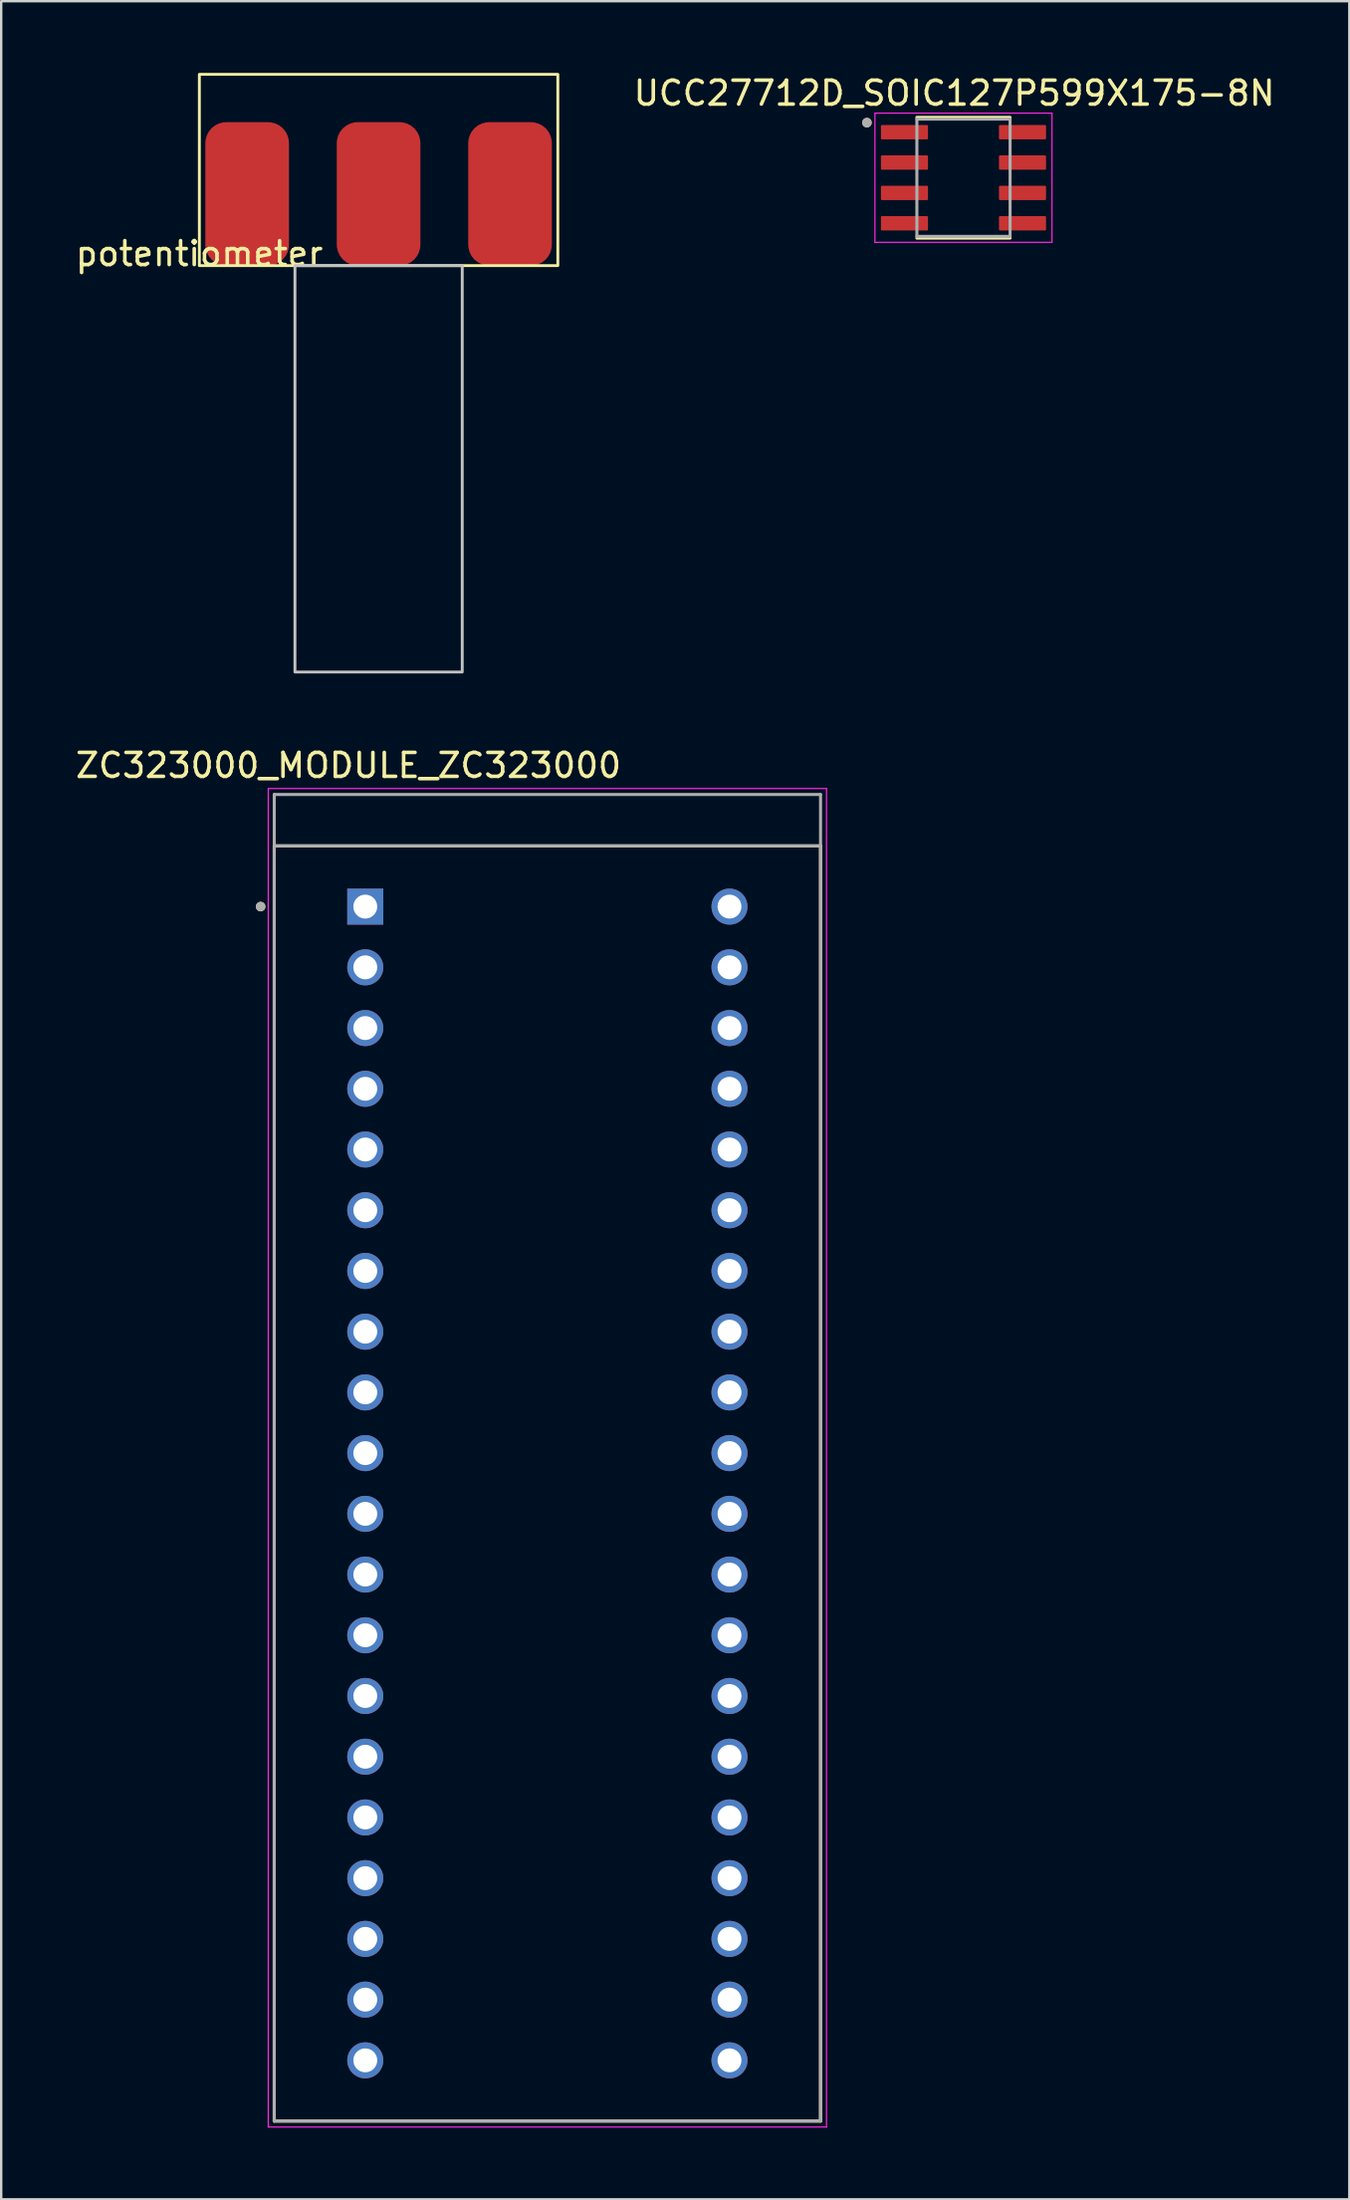
<source format=kicad_pcb>
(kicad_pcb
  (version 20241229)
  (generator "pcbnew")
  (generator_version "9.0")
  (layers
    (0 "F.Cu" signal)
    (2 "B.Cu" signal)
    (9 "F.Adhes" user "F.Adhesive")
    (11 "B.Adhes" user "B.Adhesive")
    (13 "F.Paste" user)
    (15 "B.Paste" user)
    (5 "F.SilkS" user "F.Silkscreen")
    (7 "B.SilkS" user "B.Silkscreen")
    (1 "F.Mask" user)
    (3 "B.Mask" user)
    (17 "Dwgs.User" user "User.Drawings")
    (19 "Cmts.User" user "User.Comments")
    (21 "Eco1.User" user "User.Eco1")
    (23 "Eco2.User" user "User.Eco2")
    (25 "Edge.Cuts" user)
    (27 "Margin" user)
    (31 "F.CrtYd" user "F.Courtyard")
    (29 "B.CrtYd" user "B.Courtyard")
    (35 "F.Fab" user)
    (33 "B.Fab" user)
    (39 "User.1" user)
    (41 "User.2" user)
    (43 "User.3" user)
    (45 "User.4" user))
  (footprint "UCC27712D_SOIC127P599X175-8N"
    (layer "F.Cu")
    (at 37.266 4.385)
    (property "Reference" "UCC27712D_SOIC127P599X175-8N" (at -0.385 -3.537 0) (layer "F.SilkS") (effects (font (size 1 1) (thickness 0.15))))
    (attr smd)
    (fp_line (start -1.95 -2.525) (end 1.95 -2.525) (stroke (width 0.127) (type solid)) (layer "F.SilkS"))
    (fp_line (start -1.95 2.525) (end 1.95 2.525) (stroke (width 0.127) (type solid)) (layer "F.SilkS"))
    (fp_circle (center -4.04 -2.305) (end -3.94 -2.305) (stroke (width 0.2) (type solid)) (fill no) (layer "F.SilkS"))
    (fp_line (start -3.705 -2.703) (end -3.705 2.703) (stroke (width 0.05) (type solid)) (layer "F.CrtYd"))
    (fp_line (start -3.705 -2.703) (end 3.705 -2.703) (stroke (width 0.05) (type solid)) (layer "F.CrtYd"))
    (fp_line (start -3.705 2.703) (end 3.705 2.703) (stroke (width 0.05) (type solid)) (layer "F.CrtYd"))
    (fp_line (start 3.705 -2.703) (end 3.705 2.703) (stroke (width 0.05) (type solid)) (layer "F.CrtYd"))
    (fp_line (start -1.95 -2.453) (end -1.95 2.453) (stroke (width 0.127) (type solid)) (layer "F.Fab"))
    (fp_line (start -1.95 -2.453) (end 1.95 -2.453) (stroke (width 0.127) (type solid)) (layer "F.Fab"))
    (fp_line (start -1.95 2.453) (end 1.95 2.453) (stroke (width 0.127) (type solid)) (layer "F.Fab"))
    (fp_line (start 1.95 -2.453) (end 1.95 2.453) (stroke (width 0.127) (type solid)) (layer "F.Fab"))
    (fp_circle (center -4.04 -2.305) (end -3.94 -2.305) (stroke (width 0.2) (type solid)) (fill no) (layer "F.Fab"))
    (pad "1" smd roundrect (at -2.47 -1.905) (size 1.97 0.6) (layers "F.Cu" "F.Mask" "F.Paste") (roundrect_rratio 0.07))
    (pad "2" smd roundrect (at -2.47 -0.635) (size 1.97 0.6) (layers "F.Cu" "F.Mask" "F.Paste") (roundrect_rratio 0.07))
    (pad "3" smd roundrect (at -2.47 0.635) (size 1.97 0.6) (layers "F.Cu" "F.Mask" "F.Paste") (roundrect_rratio 0.07))
    (pad "4" smd roundrect (at -2.47 1.905) (size 1.97 0.6) (layers "F.Cu" "F.Mask" "F.Paste") (roundrect_rratio 0.07))
    (pad "5" smd roundrect (at 2.47 1.905) (size 1.97 0.6) (layers "F.Cu" "F.Mask" "F.Paste") (roundrect_rratio 0.07))
    (pad "6" smd roundrect (at 2.47 0.635) (size 1.97 0.6) (layers "F.Cu" "F.Mask" "F.Paste") (roundrect_rratio 0.07))
    (pad "7" smd roundrect (at 2.47 -0.635) (size 1.97 0.6) (layers "F.Cu" "F.Mask" "F.Paste") (roundrect_rratio 0.07))
    (pad "8" smd roundrect (at 2.47 -1.905) (size 1.97 0.6) (layers "F.Cu" "F.Mask" "F.Paste") (roundrect_rratio 0.07)))
  (footprint "potentiometer"
    (layer "F.Cu")
    (at 5.292 8.06)
    (property "Reference" "potentiometer" (at 0 -0.5 0) (unlocked yes) (layer "F.SilkS") (effects (font (size 1 1) (thickness 0.15))))
    (attr smd)
    (fp_rect (start 0 0) (end 15 -8) (stroke (width 0.12) (type default)) (fill no) (layer "F.SilkS"))
    (fp_rect (start 4 0) (end 11 17) (stroke (width 0.12) (type default)) (fill no) (layer "Dwgs.User"))
    (pad "1" smd roundrect (at 2 -3) (size 3.5 6) (layers "F.Cu" "F.Mask" "F.Paste") (roundrect_rratio 0.25))
    (pad "2" smd roundrect (at 7.5 -3) (size 3.5 6) (layers "F.Cu" "F.Mask" "F.Paste") (roundrect_rratio 0.25))
    (pad "3" smd roundrect (at 13 -3) (size 3.5 6) (layers "F.Cu" "F.Mask" "F.Paste") (roundrect_rratio 0.25)))
  (footprint "ZC323000_MODULE_ZC323000"
    (layer "F.Cu")
    (at 19.855 59.003)
    (property "Reference" "ZC323000_MODULE_ZC323000" (at -8.325 -30.035 0) (layer "F.SilkS") (effects (font (size 1 1) (thickness 0.15))))
    (attr through_hole)
    (fp_line (start -11.43 -26.67) (end 11.43 -26.67) (stroke (width 0.127) (type solid)) (layer "F.SilkS"))
    (fp_line (start -11.43 26.67) (end -11.43 -26.67) (stroke (width 0.127) (type solid)) (layer "F.SilkS"))
    (fp_line (start 11.43 -26.67) (end 11.43 26.67) (stroke (width 0.127) (type solid)) (layer "F.SilkS"))
    (fp_line (start 11.43 26.67) (end -11.43 26.67) (stroke (width 0.127) (type solid)) (layer "F.SilkS"))
    (fp_circle (center -12 -24.13) (end -11.9 -24.13) (stroke (width 0.2) (type solid)) (fill no) (layer "F.SilkS"))
    (fp_line (start -11.68 -29.07) (end 11.68 -29.07) (stroke (width 0.05) (type solid)) (layer "F.CrtYd"))
    (fp_line (start -11.68 26.92) (end -11.68 -29.07) (stroke (width 0.05) (type solid)) (layer "F.CrtYd"))
    (fp_line (start 11.68 -29.07) (end 11.68 26.92) (stroke (width 0.05) (type solid)) (layer "F.CrtYd"))
    (fp_line (start 11.68 26.92) (end -11.68 26.92) (stroke (width 0.05) (type solid)) (layer "F.CrtYd"))
    (fp_line (start -11.43 -28.82) (end 11.43 -28.82) (stroke (width 0.127) (type solid)) (layer "F.Fab"))
    (fp_line (start -11.43 -26.67) (end -11.43 -28.82) (stroke (width 0.127) (type solid)) (layer "F.Fab"))
    (fp_line (start -11.43 -26.67) (end 11.43 -26.67) (stroke (width 0.127) (type solid)) (layer "F.Fab"))
    (fp_line (start -11.43 26.67) (end -11.43 -26.67) (stroke (width 0.127) (type solid)) (layer "F.Fab"))
    (fp_line (start 11.43 -28.82) (end 11.43 -26.67) (stroke (width 0.127) (type solid)) (layer "F.Fab"))
    (fp_line (start 11.43 -26.67) (end 11.43 26.67) (stroke (width 0.127) (type solid)) (layer "F.Fab"))
    (fp_line (start 11.43 26.67) (end -11.43 26.67) (stroke (width 0.127) (type solid)) (layer "F.Fab"))
    (fp_circle (center -12 -24.13) (end -11.9 -24.13) (stroke (width 0.2) (type solid)) (fill no) (layer "F.Fab"))
    (pad "1" thru_hole rect (at -7.62 -24.13) (size 1.508 1.508) (drill 1) (layers "*.Cu" "*.Mask"))
    (pad "2" thru_hole circle (at -7.62 -21.59) (size 1.508 1.508) (drill 1) (layers "*.Cu" "*.Mask"))
    (pad "3" thru_hole circle (at -7.62 -19.05) (size 1.508 1.508) (drill 1) (layers "*.Cu" "*.Mask"))
    (pad "4" thru_hole circle (at -7.62 -16.51) (size 1.508 1.508) (drill 1) (layers "*.Cu" "*.Mask"))
    (pad "5" thru_hole circle (at -7.62 -13.97) (size 1.508 1.508) (drill 1) (layers "*.Cu" "*.Mask"))
    (pad "6" thru_hole circle (at -7.62 -11.43) (size 1.508 1.508) (drill 1) (layers "*.Cu" "*.Mask"))
    (pad "7" thru_hole circle (at -7.62 -8.89) (size 1.508 1.508) (drill 1) (layers "*.Cu" "*.Mask"))
    (pad "8" thru_hole circle (at -7.62 -6.35) (size 1.508 1.508) (drill 1) (layers "*.Cu" "*.Mask"))
    (pad "9" thru_hole circle (at -7.62 -3.81) (size 1.508 1.508) (drill 1) (layers "*.Cu" "*.Mask"))
    (pad "10" thru_hole circle (at -7.62 -1.27) (size 1.508 1.508) (drill 1) (layers "*.Cu" "*.Mask"))
    (pad "11" thru_hole circle (at -7.62 1.27) (size 1.508 1.508) (drill 1) (layers "*.Cu" "*.Mask"))
    (pad "12" thru_hole circle (at -7.62 3.81) (size 1.508 1.508) (drill 1) (layers "*.Cu" "*.Mask"))
    (pad "13" thru_hole circle (at -7.62 6.35) (size 1.508 1.508) (drill 1) (layers "*.Cu" "*.Mask"))
    (pad "14" thru_hole circle (at -7.62 8.89) (size 1.508 1.508) (drill 1) (layers "*.Cu" "*.Mask"))
    (pad "15" thru_hole circle (at -7.62 11.43) (size 1.508 1.508) (drill 1) (layers "*.Cu" "*.Mask"))
    (pad "16" thru_hole circle (at -7.62 13.97) (size 1.508 1.508) (drill 1) (layers "*.Cu" "*.Mask"))
    (pad "17" thru_hole circle (at -7.62 16.51) (size 1.508 1.508) (drill 1) (layers "*.Cu" "*.Mask"))
    (pad "18" thru_hole circle (at -7.62 19.05) (size 1.508 1.508) (drill 1) (layers "*.Cu" "*.Mask"))
    (pad "19" thru_hole circle (at -7.62 21.59) (size 1.508 1.508) (drill 1) (layers "*.Cu" "*.Mask"))
    (pad "20" thru_hole circle (at -7.62 24.13) (size 1.508 1.508) (drill 1) (layers "*.Cu" "*.Mask"))
    (pad "21" thru_hole circle (at 7.62 24.13) (size 1.508 1.508) (drill 1) (layers "*.Cu" "*.Mask"))
    (pad "22" thru_hole circle (at 7.62 21.59) (size 1.508 1.508) (drill 1) (layers "*.Cu" "*.Mask"))
    (pad "23" thru_hole circle (at 7.62 19.05) (size 1.508 1.508) (drill 1) (layers "*.Cu" "*.Mask"))
    (pad "24" thru_hole circle (at 7.62 16.51) (size 1.508 1.508) (drill 1) (layers "*.Cu" "*.Mask"))
    (pad "25" thru_hole circle (at 7.62 13.97) (size 1.508 1.508) (drill 1) (layers "*.Cu" "*.Mask"))
    (pad "26" thru_hole circle (at 7.62 11.43) (size 1.508 1.508) (drill 1) (layers "*.Cu" "*.Mask"))
    (pad "27" thru_hole circle (at 7.62 8.89) (size 1.508 1.508) (drill 1) (layers "*.Cu" "*.Mask"))
    (pad "28" thru_hole circle (at 7.62 6.35) (size 1.508 1.508) (drill 1) (layers "*.Cu" "*.Mask"))
    (pad "29" thru_hole circle (at 7.62 3.81) (size 1.508 1.508) (drill 1) (layers "*.Cu" "*.Mask"))
    (pad "30" thru_hole circle (at 7.62 1.27) (size 1.508 1.508) (drill 1) (layers "*.Cu" "*.Mask"))
    (pad "31" thru_hole circle (at 7.62 -1.27) (size 1.508 1.508) (drill 1) (layers "*.Cu" "*.Mask"))
    (pad "32" thru_hole circle (at 7.62 -3.81) (size 1.508 1.508) (drill 1) (layers "*.Cu" "*.Mask"))
    (pad "33" thru_hole circle (at 7.62 -6.35) (size 1.508 1.508) (drill 1) (layers "*.Cu" "*.Mask"))
    (pad "34" thru_hole circle (at 7.62 -8.89) (size 1.508 1.508) (drill 1) (layers "*.Cu" "*.Mask"))
    (pad "35" thru_hole circle (at 7.62 -11.43) (size 1.508 1.508) (drill 1) (layers "*.Cu" "*.Mask"))
    (pad "36" thru_hole circle (at 7.62 -13.97) (size 1.508 1.508) (drill 1) (layers "*.Cu" "*.Mask"))
    (pad "37" thru_hole circle (at 7.62 -16.51) (size 1.508 1.508) (drill 1) (layers "*.Cu" "*.Mask"))
    (pad "38" thru_hole circle (at 7.62 -19.05) (size 1.508 1.508) (drill 1) (layers "*.Cu" "*.Mask"))
    (pad "39" thru_hole circle (at 7.62 -21.59) (size 1.508 1.508) (drill 1) (layers "*.Cu" "*.Mask"))
    (pad "40" thru_hole circle (at 7.62 -24.13) (size 1.508 1.508) (drill 1) (layers "*.Cu" "*.Mask")))
  (gr_rect
    (start -3 -3)
    (end 53.411 88.948)
    (stroke (width 0.1) (type default))
    (fill no)
    (layer "Edge.Cuts")))
</source>
